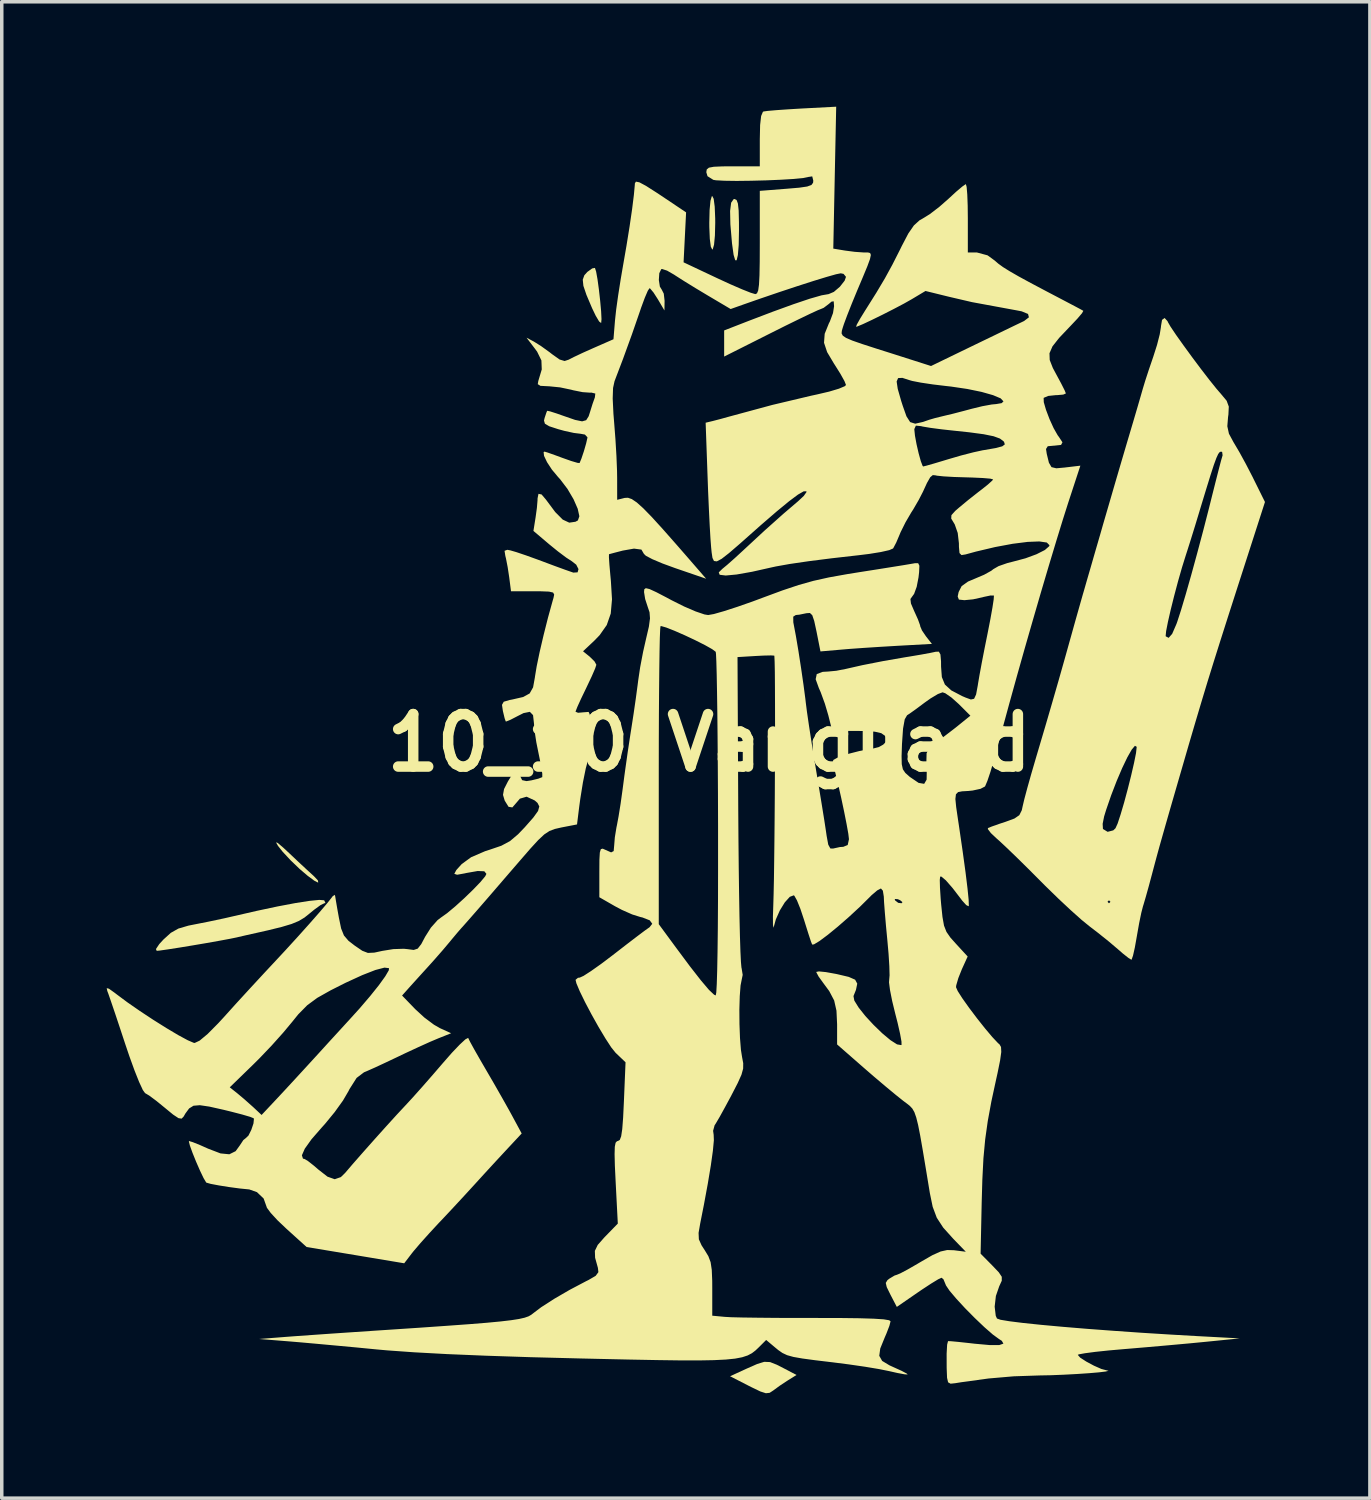
<source format=kicad_pcb>
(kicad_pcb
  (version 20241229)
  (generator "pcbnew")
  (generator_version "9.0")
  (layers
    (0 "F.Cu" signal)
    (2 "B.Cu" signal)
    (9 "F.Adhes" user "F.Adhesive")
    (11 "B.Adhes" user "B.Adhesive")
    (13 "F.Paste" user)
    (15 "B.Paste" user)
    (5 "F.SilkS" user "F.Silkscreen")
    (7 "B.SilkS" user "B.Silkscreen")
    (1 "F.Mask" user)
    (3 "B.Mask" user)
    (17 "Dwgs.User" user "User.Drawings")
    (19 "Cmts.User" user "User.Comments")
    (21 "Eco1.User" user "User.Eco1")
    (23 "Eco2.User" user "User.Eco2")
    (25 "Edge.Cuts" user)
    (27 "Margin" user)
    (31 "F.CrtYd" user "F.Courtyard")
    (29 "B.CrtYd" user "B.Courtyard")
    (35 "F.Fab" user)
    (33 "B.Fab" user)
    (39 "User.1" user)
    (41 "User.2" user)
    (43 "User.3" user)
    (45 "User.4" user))
  (footprint "10_10 Vanguard"
    (layer "F.Cu")
    (at 17.226 18.185)
    (property "Reference" "10_10 Vanguard" (at 0 0 0) (layer "F.SilkS") (effects (font (size 1.5 1.5) (thickness 0.3))))
    (attr board_only exclude_from_pos_files exclude_from_bom)
    (fp_poly (pts (xy 0.126 -15.551) (xy 0.155 -15.329) (xy 0.169 -14.993) (xy 0.17 -14.866) (xy 0.161 -14.5) (xy 0.136 -14.239) (xy 0.099 -14.11) (xy 0.085 -14.102) (xy 0.044 -14.182) (xy 0.015 -14.404) (xy 0.001 -14.74) (xy 0 -14.866) (xy 0.009 -15.233) (xy 0.034 -15.494) (xy 0.071 -15.622) (xy 0.085 -15.631)) (stroke (width 0) (type solid)) (fill yes) (layer "F.SilkS"))
    (fp_poly (pts (xy 1.738 17.702) (xy 1.93 17.778) (xy 2.118 17.874) (xy 2.494 18.071) (xy 2.245 18.226) (xy 2.016 18.377) (xy 1.826 18.516) (xy 1.726 18.581) (xy 1.618 18.593) (xy 1.459 18.542) (xy 1.206 18.42) (xy 1.125 18.379) (xy 0.594 18.107) (xy 1.072 17.888) (xy 1.369 17.757) (xy 1.571 17.695)) (stroke (width 0) (type solid)) (fill yes) (layer "F.SilkS"))
    (fp_poly (pts (xy 0.78 -15.518) (xy 0.818 -15.418) (xy 0.84 -15.217) (xy 0.848 -14.889) (xy 0.849 -14.654) (xy 0.841 -14.231) (xy 0.817 -13.943) (xy 0.782 -13.795) (xy 0.741 -13.795) (xy 0.695 -13.95) (xy 0.651 -14.267) (xy 0.649 -14.284) (xy 0.603 -14.822) (xy 0.595 -15.204) (xy 0.625 -15.44) (xy 0.695 -15.541) (xy 0.722 -15.546)) (stroke (width 0) (type solid)) (fill yes) (layer "F.SilkS"))
    (fp_poly (pts (xy -12.338 2.861) (xy -12.18 2.995) (xy -12.012 3.151) (xy -11.746 3.402) (xy -11.5 3.631) (xy -11.323 3.793) (xy -11.304 3.81) (xy -11.189 3.932) (xy -11.179 3.991) (xy -11.188 3.993) (xy -11.294 3.939) (xy -11.482 3.8) (xy -11.712 3.604) (xy -11.713 3.603) (xy -11.969 3.357) (xy -12.198 3.111) (xy -12.33 2.945) (xy -12.386 2.845)) (stroke (width 0) (type solid)) (fill yes) (layer "F.SilkS"))
    (fp_poly (pts (xy -3.235 -13.472) (xy -3.195 -13.248) (xy -3.155 -12.954) (xy -3.119 -12.634) (xy -3.092 -12.338) (xy -3.081 -12.111) (xy -3.091 -12.002) (xy -3.092 -12) (xy -3.149 -12.045) (xy -3.247 -12.21) (xy -3.352 -12.429) (xy -3.512 -12.806) (xy -3.599 -13.064) (xy -3.617 -13.24) (xy -3.572 -13.366) (xy -3.487 -13.461) (xy -3.347 -13.562) (xy -3.269 -13.576)) (stroke (width 0) (type solid)) (fill yes) (layer "F.SilkS"))
    (fp_poly (pts (xy -11.012 4.501) (xy -11.006 4.506) (xy -10.973 4.579) (xy -11.006 4.587) (xy -11.113 4.639) (xy -11.295 4.771) (xy -11.417 4.871) (xy -11.572 4.995) (xy -11.735 5.093) (xy -11.94 5.178) (xy -12.22 5.262) (xy -12.609 5.358) (xy -12.955 5.436) (xy -13.232 5.498) (xy -13.475 5.554) (xy -13.507 5.562) (xy -13.702 5.602) (xy -14.004 5.658) (xy -14.374 5.724) (xy -14.769 5.791) (xy -15.151 5.854) (xy -15.478 5.905) (xy -15.709 5.938) (xy -15.797 5.946) (xy -15.818 5.895) (xy -15.723 5.753) (xy -15.603 5.622) (xy -15.392 5.431) (xy -15.177 5.31) (xy -14.891 5.226) (xy -14.715 5.191) (xy -14.305 5.11) (xy -13.858 5.015) (xy -13.592 4.954) (xy -12.934 4.803) (xy -12.341 4.677) (xy -11.834 4.581) (xy -11.43 4.518) (xy -11.15 4.49)) (stroke (width 0) (type solid)) (fill yes) (layer "F.SilkS"))
    (fp_poly (pts (xy 13.1 -12.053) (xy 13.111 -12.026) (xy 13.186 -11.896) (xy 13.341 -11.665) (xy 13.555 -11.364) (xy 13.801 -11.027) (xy 14.057 -10.685) (xy 14.299 -10.371) (xy 14.503 -10.117) (xy 14.633 -9.967) (xy 14.79 -9.778) (xy 14.851 -9.612) (xy 14.84 -9.384) (xy 14.83 -9.314) (xy 14.809 -9.05) (xy 14.855 -8.837) (xy 14.988 -8.59) (xy 15.004 -8.564) (xy 15.155 -8.308) (xy 15.342 -7.966) (xy 15.529 -7.604) (xy 15.56 -7.541) (xy 15.885 -6.885) (xy 15.111 -4.483) (xy 14.842 -3.647) (xy 14.615 -2.935) (xy 14.418 -2.31) (xy 14.24 -1.736) (xy 14.07 -1.174) (xy 13.895 -0.587) (xy 13.705 0.06) (xy 13.55 0.595) (xy 13.345 1.301) (xy 13.181 1.868) (xy 13.051 2.321) (xy 12.948 2.684) (xy 12.864 2.981) (xy 12.794 3.236) (xy 12.73 3.474) (xy 12.665 3.719) (xy 12.66 3.738) (xy 12.565 4.093) (xy 12.477 4.408) (xy 12.412 4.629) (xy 12.398 4.672) (xy 12.35 4.858) (xy 12.289 5.153) (xy 12.228 5.497) (xy 12.22 5.543) (xy 12.165 5.852) (xy 12.113 6.083) (xy 12.073 6.196) (xy 12.067 6.201) (xy 11.982 6.149) (xy 11.814 6.016) (xy 11.68 5.899) (xy 11.422 5.68) (xy 11.106 5.427) (xy 10.874 5.249) (xy 10.644 5.062) (xy 10.333 4.784) (xy 10.077 4.545) (xy 11.383 4.545) (xy 11.426 4.587) (xy 11.468 4.545) (xy 11.426 4.502) (xy 11.383 4.545) (xy 10.077 4.545) (xy 9.975 4.449) (xy 9.605 4.089) (xy 9.472 3.955) (xy 9.122 3.604) (xy 8.787 3.274) (xy 8.497 2.995) (xy 8.283 2.795) (xy 8.221 2.741) (xy 8.05 2.58) (xy 7.964 2.467) (xy 7.966 2.436) (xy 8.076 2.392) (xy 8.292 2.316) (xy 8.294 2.315) (xy 11.245 2.315) (xy 11.253 2.458) (xy 11.257 2.465) (xy 11.387 2.544) (xy 11.549 2.502) (xy 11.612 2.442) (xy 11.673 2.307) (xy 11.758 2.048) (xy 11.859 1.706) (xy 11.963 1.319) (xy 12.061 0.928) (xy 12.143 0.572) (xy 12.199 0.292) (xy 12.217 0.127) (xy 12.215 0.111) (xy 12.168 0.085) (xy 12.076 0.194) (xy 11.95 0.415) (xy 11.803 0.722) (xy 11.646 1.09) (xy 11.49 1.495) (xy 11.346 1.912) (xy 11.287 2.104) (xy 11.245 2.315) (xy 8.294 2.315) (xy 8.465 2.259) (xy 8.723 2.164) (xy 8.863 2.068) (xy 8.933 1.928) (xy 8.961 1.801) (xy 9.005 1.614) (xy 9.089 1.299) (xy 9.203 0.893) (xy 9.338 0.431) (xy 9.428 0.127) (xy 9.603 -0.464) (xy 9.797 -1.129) (xy 9.989 -1.795) (xy 10.157 -2.388) (xy 10.19 -2.506) (xy 10.328 -3) (xy 10.344 -3.056) (xy 13.046 -3.056) (xy 13.049 -3.044) (xy 13.132 -3.001) (xy 13.233 -3.117) (xy 13.355 -3.398) (xy 13.378 -3.462) (xy 13.483 -3.786) (xy 13.619 -4.242) (xy 13.777 -4.797) (xy 13.947 -5.418) (xy 14.121 -6.072) (xy 14.289 -6.725) (xy 14.365 -7.031) (xy 14.469 -7.444) (xy 14.56 -7.801) (xy 14.63 -8.068) (xy 14.671 -8.21) (xy 14.674 -8.219) (xy 14.661 -8.315) (xy 14.627 -8.325) (xy 14.59 -8.311) (xy 14.548 -8.256) (xy 14.495 -8.14) (xy 14.423 -7.943) (xy 14.326 -7.644) (xy 14.196 -7.223) (xy 14.025 -6.661) (xy 14.015 -6.626) (xy 13.89 -6.214) (xy 13.768 -5.82) (xy 13.666 -5.498) (xy 13.619 -5.352) (xy 13.512 -5.009) (xy 13.399 -4.613) (xy 13.289 -4.199) (xy 13.19 -3.802) (xy 13.111 -3.456) (xy 13.06 -3.196) (xy 13.046 -3.056) (xy 10.344 -3.056) (xy 10.464 -3.486) (xy 10.586 -3.917) (xy 10.68 -4.248) (xy 10.705 -4.332) (xy 10.784 -4.608) (xy 10.899 -5.004) (xy 11.035 -5.476) (xy 11.182 -5.981) (xy 11.257 -6.244) (xy 11.425 -6.82) (xy 11.609 -7.453) (xy 11.792 -8.077) (xy 11.953 -8.623) (xy 11.991 -8.75) (xy 12.121 -9.188) (xy 12.239 -9.589) (xy 12.333 -9.913) (xy 12.393 -10.122) (xy 12.402 -10.152) (xy 12.464 -10.356) (xy 12.563 -10.659) (xy 12.679 -10.999) (xy 12.692 -11.037) (xy 12.799 -11.373) (xy 12.877 -11.677) (xy 12.912 -11.89) (xy 12.912 -11.908) (xy 12.943 -12.091) (xy 13.016 -12.145)) (stroke (width 0) (type solid)) (fill yes) (layer "F.SilkS"))
    (fp_poly (pts (xy 3.586 -16.156) (xy 3.545 -14.128) (xy 3.875 -14.073) (xy 4.158 -14.036) (xy 4.412 -14.018) (xy 4.436 -14.018) (xy 4.536 -14.018) (xy 4.598 -14.002) (xy 4.619 -13.947) (xy 4.594 -13.829) (xy 4.518 -13.622) (xy 4.386 -13.303) (xy 4.226 -12.925) (xy 4.075 -12.558) (xy 3.943 -12.224) (xy 3.849 -11.971) (xy 3.819 -11.88) (xy 3.79 -11.782) (xy 3.782 -11.705) (xy 3.816 -11.64) (xy 3.911 -11.575) (xy 4.089 -11.499) (xy 4.37 -11.401) (xy 4.775 -11.27) (xy 5.23 -11.126) (xy 6.339 -10.772) (xy 7.608 -11.387) (xy 8.041 -11.596) (xy 8.425 -11.782) (xy 8.733 -11.931) (xy 8.936 -12.028) (xy 9 -12.059) (xy 9.137 -12.164) (xy 9.112 -12.26) (xy 8.93 -12.335) (xy 8.818 -12.357) (xy 7.511 -12.598) (xy 6.85 -12.752) (xy 6.181 -12.917) (xy 5.788 -12.682) (xy 5.565 -12.556) (xy 5.275 -12.403) (xy 4.957 -12.241) (xy 4.651 -12.091) (xy 4.396 -11.971) (xy 4.231 -11.902) (xy 4.196 -11.893) (xy 4.218 -11.958) (xy 4.314 -12.129) (xy 4.462 -12.369) (xy 4.47 -12.381) (xy 4.776 -12.868) (xy 5.019 -13.276) (xy 5.234 -13.669) (xy 5.456 -14.107) (xy 5.502 -14.201) (xy 5.689 -14.559) (xy 5.85 -14.792) (xy 6.01 -14.937) (xy 6.102 -14.989) (xy 6.31 -15.118) (xy 6.577 -15.323) (xy 6.833 -15.548) (xy 7.058 -15.755) (xy 7.236 -15.905) (xy 7.331 -15.97) (xy 7.335 -15.971) (xy 7.357 -15.891) (xy 7.375 -15.676) (xy 7.387 -15.357) (xy 7.391 -14.994) (xy 7.391 -14.017) (xy 7.653 -14.017) (xy 7.954 -13.936) (xy 8.159 -13.787) (xy 8.263 -13.697) (xy 8.398 -13.599) (xy 8.584 -13.483) (xy 8.841 -13.335) (xy 9.19 -13.145) (xy 9.651 -12.901) (xy 10.194 -12.616) (xy 10.443 -12.485) (xy 10.625 -12.388) (xy 10.693 -12.349) (xy 10.655 -12.281) (xy 10.523 -12.126) (xy 10.325 -11.916) (xy 10.302 -11.892) (xy 9.999 -11.573) (xy 9.811 -11.334) (xy 9.725 -11.136) (xy 9.732 -10.943) (xy 9.821 -10.716) (xy 9.92 -10.531) (xy 10.059 -10.273) (xy 10.158 -10.077) (xy 10.194 -9.988) (xy 10.119 -9.955) (xy 9.936 -9.939) (xy 9.902 -9.939) (xy 9.691 -9.917) (xy 9.564 -9.864) (xy 9.558 -9.857) (xy 9.562 -9.738) (xy 9.625 -9.521) (xy 9.725 -9.257) (xy 9.843 -8.997) (xy 9.959 -8.793) (xy 9.996 -8.743) (xy 10.096 -8.591) (xy 10.056 -8.516) (xy 9.861 -8.495) (xy 9.853 -8.495) (xy 9.676 -8.479) (xy 9.626 -8.4) (xy 9.647 -8.261) (xy 9.709 -8.007) (xy 9.783 -7.881) (xy 9.92 -7.848) (xy 10.171 -7.871) (xy 10.184 -7.873) (xy 10.608 -7.923) (xy 10.263 -6.871) (xy 10.109 -6.387) (xy 9.92 -5.772) (xy 9.705 -5.059) (xy 9.475 -4.282) (xy 9.24 -3.473) (xy 9.008 -2.666) (xy 8.79 -1.893) (xy 8.595 -1.189) (xy 8.583 -1.147) (xy 8.455 -0.677) (xy 8.323 -0.193) (xy 8.205 0.241) (xy 8.131 0.51) (xy 8.038 0.827) (xy 7.951 1.086) (xy 7.887 1.237) (xy 7.879 1.249) (xy 7.753 1.315) (xy 7.525 1.364) (xy 7.405 1.376) (xy 7.228 1.386) (xy 7.113 1.408) (xy 7.051 1.471) (xy 7.035 1.605) (xy 7.058 1.838) (xy 7.111 2.2) (xy 7.138 2.379) (xy 7.243 3.101) (xy 7.325 3.699) (xy 7.382 4.164) (xy 7.414 4.484) (xy 7.419 4.651) (xy 7.414 4.672) (xy 7.346 4.639) (xy 7.225 4.505) (xy 7.193 4.461) (xy 6.954 4.15) (xy 6.763 3.931) (xy 6.637 3.825) (xy 6.6 3.823) (xy 6.589 3.921) (xy 6.595 4.147) (xy 6.615 4.46) (xy 6.628 4.613) (xy 6.666 4.978) (xy 6.71 5.225) (xy 6.78 5.404) (xy 6.893 5.567) (xy 7.042 5.734) (xy 7.386 6.108) (xy 7.22 6.473) (xy 7.12 6.724) (xy 7.06 6.929) (xy 7.053 6.985) (xy 7.103 7.098) (xy 7.236 7.306) (xy 7.428 7.576) (xy 7.652 7.873) (xy 7.882 8.163) (xy 8.092 8.412) (xy 8.255 8.585) (xy 8.298 8.622) (xy 8.34 8.695) (xy 8.347 8.837) (xy 8.314 9.076) (xy 8.24 9.442) (xy 8.205 9.599) (xy 8.064 10.251) (xy 7.961 10.812) (xy 7.887 11.337) (xy 7.837 11.876) (xy 7.806 12.485) (xy 7.787 13.142) (xy 7.756 14.603) (xy 8.089 14.94) (xy 8.276 15.136) (xy 8.361 15.264) (xy 8.361 15.377) (xy 8.293 15.526) (xy 8.289 15.534) (xy 8.193 15.812) (xy 8.158 16.118) (xy 8.189 16.378) (xy 8.224 16.457) (xy 8.326 16.493) (xy 8.58 16.535) (xy 8.971 16.584) (xy 9.48 16.637) (xy 10.092 16.693) (xy 10.789 16.751) (xy 11.554 16.808) (xy 12.371 16.865) (xy 13.223 16.918) (xy 13.974 16.961) (xy 15.164 17.025) (xy 14.187 17.123) (xy 13.731 17.167) (xy 13.171 17.218) (xy 12.57 17.271) (xy 11.993 17.32) (xy 11.872 17.33) (xy 11.417 17.37) (xy 11.029 17.411) (xy 10.735 17.45) (xy 10.565 17.481) (xy 10.534 17.496) (xy 10.603 17.575) (xy 10.776 17.687) (xy 10.996 17.805) (xy 11.209 17.899) (xy 11.352 17.937) (xy 11.413 17.952) (xy 11.331 17.972) (xy 11.135 17.996) (xy 10.853 18.02) (xy 10.512 18.043) (xy 10.139 18.063) (xy 9.764 18.078) (xy 9.446 18.084) (xy 8.704 18.109) (xy 7.985 18.171) (xy 7.205 18.278) (xy 7.03 18.306) (xy 6.898 18.32) (xy 6.827 18.281) (xy 6.797 18.152) (xy 6.787 17.894) (xy 6.786 17.859) (xy 6.785 17.464) (xy 6.799 17.205) (xy 6.825 17.103) (xy 6.909 17.106) (xy 7.123 17.126) (xy 7.429 17.159) (xy 7.586 17.177) (xy 8.017 17.216) (xy 8.292 17.215) (xy 8.408 17.175) (xy 8.363 17.095) (xy 8.283 17.044) (xy 8.107 16.916) (xy 7.865 16.705) (xy 7.59 16.443) (xy 7.311 16.161) (xy 7.061 15.89) (xy 6.868 15.662) (xy 6.765 15.509) (xy 6.757 15.487) (xy 6.694 15.336) (xy 6.64 15.291) (xy 6.543 15.336) (xy 6.344 15.457) (xy 6.079 15.631) (xy 5.966 15.708) (xy 5.361 16.125) (xy 5.179 15.776) (xy 5.073 15.56) (xy 5.045 15.439) (xy 5.093 15.36) (xy 5.148 15.317) (xy 5.297 15.228) (xy 5.365 15.206) (xy 5.463 15.165) (xy 5.669 15.056) (xy 5.942 14.899) (xy 6.05 14.835) (xy 6.377 14.647) (xy 6.612 14.541) (xy 6.801 14.499) (xy 6.991 14.505) (xy 7.001 14.506) (xy 7.333 14.548) (xy 6.973 14.176) (xy 6.687 13.858) (xy 6.503 13.576) (xy 6.386 13.263) (xy 6.305 12.87) (xy 6.192 12.183) (xy 6.102 11.644) (xy 6.03 11.231) (xy 5.97 10.926) (xy 5.916 10.709) (xy 5.863 10.558) (xy 5.804 10.455) (xy 5.733 10.379) (xy 5.646 10.31) (xy 5.548 10.237) (xy 5.335 10.067) (xy 5.038 9.821) (xy 4.698 9.533) (xy 4.42 9.292) (xy 3.654 8.622) (xy 3.654 8.048) (xy 3.636 7.659) (xy 3.57 7.365) (xy 3.429 7.097) (xy 3.249 6.853) (xy 3.123 6.678) (xy 3.06 6.559) (xy 3.058 6.549) (xy 3.134 6.534) (xy 3.334 6.554) (xy 3.617 6.605) (xy 3.66 6.614) (xy 3.986 6.691) (xy 4.169 6.771) (xy 4.23 6.884) (xy 4.193 7.062) (xy 4.122 7.24) (xy 4.146 7.368) (xy 4.269 7.567) (xy 4.461 7.809) (xy 4.696 8.063) (xy 4.944 8.303) (xy 5.177 8.498) (xy 5.367 8.62) (xy 5.486 8.641) (xy 5.496 8.634) (xy 5.494 8.539) (xy 5.454 8.316) (xy 5.383 8.003) (xy 5.317 7.745) (xy 5.228 7.379) (xy 5.166 7.066) (xy 5.138 6.848) (xy 5.143 6.775) (xy 5.154 6.645) (xy 5.147 6.384) (xy 5.125 6.031) (xy 5.09 5.64) (xy 5.05 5.22) (xy 5.018 4.843) (xy 4.996 4.551) (xy 4.992 4.464) (xy 5.302 4.464) (xy 5.31 4.503) (xy 5.401 4.574) (xy 5.498 4.586) (xy 5.522 4.554) (xy 5.455 4.499) (xy 5.39 4.47) (xy 5.302 4.464) (xy 4.992 4.464) (xy 4.989 4.396) (xy 4.962 4.227) (xy 4.907 4.163) (xy 4.8 4.219) (xy 4.638 4.357) (xy 4.6 4.396) (xy 4.308 4.685) (xy 3.992 4.977) (xy 3.677 5.252) (xy 3.389 5.488) (xy 3.152 5.665) (xy 2.993 5.761) (xy 2.941 5.767) (xy 2.905 5.676) (xy 2.835 5.463) (xy 2.742 5.167) (xy 2.709 5.061) (xy 2.605 4.748) (xy 2.507 4.505) (xy 2.432 4.372) (xy 2.416 4.359) (xy 2.302 4.402) (xy 2.159 4.56) (xy 2.017 4.791) (xy 1.902 5.05) (xy 1.854 5.224) (xy 1.833 5.287) (xy 1.821 5.197) (xy 1.819 4.971) (xy 1.83 4.63) (xy 1.839 4.324) (xy 1.848 3.902) (xy 1.855 3.385) (xy 1.862 2.794) (xy 1.868 2.152) (xy 1.873 1.478) (xy 1.876 0.795) (xy 1.879 0.123) (xy 1.88 -0.516) (xy 1.879 -1.101) (xy 1.877 -1.61) (xy 1.874 -2.023) (xy 1.868 -2.318) (xy 1.861 -2.474) (xy 1.857 -2.493) (xy 1.763 -2.499) (xy 1.549 -2.494) (xy 1.317 -2.482) (xy 0.807 -2.451) (xy 0.828 1.924) (xy 0.834 2.774) (xy 0.842 3.575) (xy 0.852 4.31) (xy 0.863 4.963) (xy 0.876 5.518) (xy 0.89 5.957) (xy 0.905 6.265) (xy 0.919 6.424) (xy 0.924 6.441) (xy 0.955 6.634) (xy 0.93 6.754) (xy 0.894 6.936) (xy 0.871 7.243) (xy 0.86 7.626) (xy 0.863 8.041) (xy 0.878 8.441) (xy 0.905 8.78) (xy 0.937 8.982) (xy 0.97 9.158) (xy 0.968 9.313) (xy 0.92 9.487) (xy 0.814 9.724) (xy 0.638 10.065) (xy 0.627 10.087) (xy 0.45 10.415) (xy 0.297 10.693) (xy 0.187 10.88) (xy 0.152 10.933) (xy 0.109 11.091) (xy 0.125 11.204) (xy 0.131 11.361) (xy 0.103 11.661) (xy 0.044 12.083) (xy -0.043 12.605) (xy -0.154 13.206) (xy -0.259 13.737) (xy -0.306 14.009) (xy -0.298 14.193) (xy -0.221 14.364) (xy -0.133 14.5) (xy -0.027 14.674) (xy 0.038 14.846) (xy 0.071 15.066) (xy 0.084 15.381) (xy 0.085 15.598) (xy 0.085 16.376) (xy 0.446 16.41) (xy 0.629 16.42) (xy 0.955 16.428) (xy 1.395 16.434) (xy 1.922 16.439) (xy 2.509 16.441) (xy 2.994 16.441) (xy 3.719 16.442) (xy 4.284 16.449) (xy 4.702 16.462) (xy 4.984 16.48) (xy 5.14 16.506) (xy 5.182 16.535) (xy 5.149 16.665) (xy 5.065 16.884) (xy 5.014 17.002) (xy 4.887 17.315) (xy 4.859 17.523) (xy 4.942 17.669) (xy 5.149 17.794) (xy 5.269 17.849) (xy 5.499 17.953) (xy 5.644 18.03) (xy 5.672 18.057) (xy 5.584 18.052) (xy 5.378 18.014) (xy 5.139 17.96) (xy 4.852 17.902) (xy 4.45 17.835) (xy 3.987 17.768) (xy 3.525 17.709) (xy 3.024 17.649) (xy 2.661 17.6) (xy 2.405 17.555) (xy 2.225 17.505) (xy 2.091 17.442) (xy 1.972 17.359) (xy 1.875 17.279) (xy 1.626 17.07) (xy 1.418 17.278) (xy 1.32 17.371) (xy 1.218 17.449) (xy 1.096 17.513) (xy 0.941 17.564) (xy 0.739 17.603) (xy 0.473 17.63) (xy 0.131 17.647) (xy -0.303 17.655) (xy -0.842 17.654) (xy -1.503 17.645) (xy -2.298 17.63) (xy -3.242 17.609) (xy -3.675 17.599) (xy -5.113 17.562) (xy -6.386 17.52) (xy -7.492 17.474) (xy -8.43 17.423) (xy -9.2 17.368) (xy -9.514 17.34) (xy -10.099 17.283) (xy -10.693 17.228) (xy -11.249 17.177) (xy -11.721 17.135) (xy -12.02 17.11) (xy -12.87 17.042) (xy -12.105 16.982) (xy -11.8 16.959) (xy -11.361 16.928) (xy -10.821 16.89) (xy -10.217 16.849) (xy -9.583 16.806) (xy -9.217 16.782) (xy -8.288 16.72) (xy -7.514 16.666) (xy -6.88 16.62) (xy -6.37 16.579) (xy -5.97 16.541) (xy -5.664 16.505) (xy -5.439 16.47) (xy -5.277 16.433) (xy -5.166 16.394) (xy -5.089 16.35) (xy -5.061 16.327) (xy -4.804 16.133) (xy -4.433 15.894) (xy -3.992 15.638) (xy -3.522 15.39) (xy -3.453 15.356) (xy -3.248 15.237) (xy -3.17 15.131) (xy -3.184 15.009) (xy -3.264 14.72) (xy -3.271 14.523) (xy -3.189 14.353) (xy -3.003 14.142) (xy -2.971 14.109) (xy -2.615 13.743) (xy -2.676 12.563) (xy -2.699 12.088) (xy -2.707 11.758) (xy -2.701 11.547) (xy -2.678 11.432) (xy -2.637 11.387) (xy -2.613 11.383) (xy -2.559 11.353) (xy -2.519 11.248) (xy -2.488 11.042) (xy -2.463 10.714) (xy -2.441 10.258) (xy -2.394 9.132) (xy -2.679 8.86) (xy -2.802 8.707) (xy -2.97 8.449) (xy -3.165 8.123) (xy -3.365 7.766) (xy -3.551 7.414) (xy -3.702 7.104) (xy -3.799 6.874) (xy -3.823 6.775) (xy -3.754 6.717) (xy -3.702 6.711) (xy -3.593 6.661) (xy -3.38 6.524) (xy -3.093 6.321) (xy -2.761 6.07) (xy -2.704 6.026) (xy -2.366 5.764) (xy -2.069 5.537) (xy -1.843 5.367) (xy -1.717 5.278) (xy -1.708 5.272) (xy -1.63 5.173) (xy -1.702 5.074) (xy -1.909 4.993) (xy -1.974 4.978) (xy -2.203 4.906) (xy -2.497 4.776) (xy -2.697 4.67) (xy -3.143 4.414) (xy -3.143 3.691) (xy -3.141 3.342) (xy -3.129 3.135) (xy -3.1 3.039) (xy -3.047 3.025) (xy -2.979 3.055) (xy -2.806 3.132) (xy -2.733 3.094) (xy -2.718 2.926) (xy -2.7 2.702) (xy -2.654 2.419) (xy -2.64 2.353) (xy -2.593 2.101) (xy -2.536 1.746) (xy -2.481 1.352) (xy -2.465 1.232) (xy -2.428 0.949) (xy -1.444 0.949) (xy -1.444 5.184) (xy -0.961 5.841) (xy -0.556 6.385) (xy -0.239 6.791) (xy -0.01 7.061) (xy 0.136 7.199) (xy 0.184 7.221) (xy 0.2 7.138) (xy 0.214 6.895) (xy 0.226 6.503) (xy 0.236 5.972) (xy 0.244 5.313) (xy 0.249 4.536) (xy 0.251 3.651) (xy 0.251 2.669) (xy 0.251 2.35) (xy 0.248 1.455) (xy 0.243 0.61) (xy 0.237 -0.169) (xy 0.23 -0.866) (xy 0.221 -1.468) (xy 0.212 -1.957) (xy 0.202 -2.32) (xy 0.192 -2.539) (xy 0.184 -2.602) (xy 0.082 -2.678) (xy -0.126 -2.795) (xy -0.402 -2.934) (xy -0.704 -3.076) (xy -0.994 -3.203) (xy -1.23 -3.296) (xy -1.372 -3.337) (xy -1.395 -3.334) (xy -1.404 -3.242) (xy -1.414 -2.996) (xy -1.422 -2.613) (xy -1.429 -2.11) (xy -1.435 -1.501) (xy -1.44 -0.805) (xy -1.443 -0.037) (xy -1.444 0.786) (xy -1.444 0.949) (xy -2.428 0.949) (xy -2.405 0.782) (xy -2.331 0.259) (xy -2.255 -0.245) (xy -2.233 -0.382) (xy -2.165 -0.822) (xy -2.1 -1.271) (xy -2.048 -1.658) (xy -2.032 -1.784) (xy -1.976 -2.161) (xy -1.892 -2.601) (xy -1.807 -2.976) (xy -1.726 -3.324) (xy -1.695 -3.559) (xy -1.708 -3.733) (xy -1.754 -3.868) (xy -1.833 -4.11) (xy -1.865 -4.31) (xy -1.858 -4.39) (xy -1.814 -4.421) (xy -1.709 -4.396) (xy -1.515 -4.307) (xy -1.208 -4.147) (xy -1.076 -4.076) (xy -0.718 -3.897) (xy -0.39 -3.756) (xy -0.137 -3.67) (xy -0.032 -3.653) (xy 0.131 -3.682) (xy 0.419 -3.764) (xy 0.799 -3.887) (xy 1.239 -4.041) (xy 1.542 -4.154) (xy 2.094 -4.358) (xy 2.552 -4.511) (xy 2.975 -4.63) (xy 3.42 -4.729) (xy 3.944 -4.823) (xy 4.299 -4.88) (xy 4.783 -4.956) (xy 5.215 -5.025) (xy 5.565 -5.081) (xy 5.801 -5.121) (xy 5.885 -5.136) (xy 5.971 -5.136) (xy 6.006 -5.063) (xy 5.998 -4.879) (xy 5.981 -4.729) (xy 5.929 -4.46) (xy 5.855 -4.258) (xy 5.811 -4.197) (xy 5.75 -4.112) (xy 5.765 -3.982) (xy 5.862 -3.756) (xy 5.863 -3.755) (xy 5.965 -3.529) (xy 6.025 -3.364) (xy 6.031 -3.329) (xy 6.08 -3.213) (xy 6.196 -3.042) (xy 6.198 -3.04) (xy 6.364 -2.828) (xy 5.37 -2.773) (xy 4.9 -2.745) (xy 4.422 -2.714) (xy 4.002 -2.684) (xy 3.777 -2.665) (xy 3.178 -2.613) (xy 3.065 -3.183) (xy 3 -3.483) (xy 2.944 -3.648) (xy 2.877 -3.712) (xy 2.782 -3.706) (xy 2.771 -3.704) (xy 2.571 -3.663) (xy 2.474 -3.654) (xy 2.4 -3.607) (xy 2.402 -3.446) (xy 2.415 -3.377) (xy 2.476 -3.054) (xy 2.549 -2.621) (xy 2.624 -2.137) (xy 2.693 -1.661) (xy 2.747 -1.252) (xy 2.759 -1.147) (xy 2.792 -0.888) (xy 2.848 -0.504) (xy 2.92 -0.035) (xy 3.003 0.478) (xy 3.057 0.807) (xy 3.142 1.316) (xy 3.221 1.799) (xy 3.288 2.215) (xy 3.336 2.529) (xy 3.355 2.661) (xy 3.401 2.911) (xy 3.461 3.02) (xy 3.539 3.022) (xy 3.735 2.979) (xy 3.83 2.973) (xy 3.957 2.921) (xy 3.993 2.755) (xy 3.974 2.596) (xy 3.924 2.317) (xy 3.853 1.959) (xy 3.77 1.568) (xy 3.684 1.187) (xy 3.604 0.86) (xy 3.541 0.63) (xy 3.523 0.575) (xy 3.546 0.49) (xy 3.698 0.405) (xy 3.776 0.38) (xy 5.497 0.38) (xy 5.502 0.611) (xy 5.534 0.757) (xy 5.604 0.86) (xy 5.721 0.964) (xy 5.734 0.975) (xy 5.984 1.145) (xy 6.143 1.172) (xy 6.211 1.056) (xy 6.213 1.041) (xy 6.216 0.862) (xy 6.209 0.606) (xy 6.206 0.542) (xy 6.212 0.299) (xy 6.289 0.143) (xy 6.471 -0.006) (xy 6.711 -0.181) (xy 6.992 -0.396) (xy 7.109 -0.489) (xy 7.464 -0.776) (xy 7.13 -1.11) (xy 6.923 -1.295) (xy 6.747 -1.417) (xy 6.669 -1.444) (xy 6.536 -1.395) (xy 6.325 -1.269) (xy 6.156 -1.149) (xy 5.923 -0.975) (xy 5.733 -0.839) (xy 5.654 -0.788) (xy 5.587 -0.672) (xy 5.539 -0.407) (xy 5.51 0.016) (xy 5.509 0.022) (xy 5.497 0.38) (xy 3.776 0.38) (xy 3.988 0.312) (xy 4.285 0.236) (xy 4.533 0.185) (xy 4.655 0.17) (xy 4.847 0.121) (xy 4.971 0.052) (xy 5.08 -0.057) (xy 5.048 -0.166) (xy 5.02 -0.203) (xy 4.916 -0.276) (xy 4.729 -0.319) (xy 4.426 -0.338) (xy 4.211 -0.34) (xy 3.515 -0.34) (xy 3.403 -0.786) (xy 3.304 -1.12) (xy 3.184 -1.449) (xy 3.132 -1.566) (xy 3.041 -1.818) (xy 3.072 -1.965) (xy 3.241 -2.029) (xy 3.398 -2.038) (xy 3.63 -2.06) (xy 3.899 -2.112) (xy 3.908 -2.114) (xy 4.38 -2.221) (xy 4.965 -2.336) (xy 5.603 -2.447) (xy 5.734 -2.468) (xy 6.054 -2.522) (xy 6.32 -2.571) (xy 6.477 -2.604) (xy 6.477 -2.604) (xy 6.563 -2.606) (xy 6.608 -2.526) (xy 6.625 -2.33) (xy 6.626 -2.178) (xy 6.648 -1.88) (xy 6.735 -1.667) (xy 6.918 -1.499) (xy 7.227 -1.337) (xy 7.324 -1.295) (xy 7.478 -1.239) (xy 7.57 -1.259) (xy 7.627 -1.382) (xy 7.675 -1.64) (xy 7.684 -1.699) (xy 7.724 -1.934) (xy 7.789 -2.286) (xy 7.871 -2.707) (xy 7.956 -3.129) (xy 8.034 -3.528) (xy 8.094 -3.863) (xy 8.13 -4.1) (xy 8.137 -4.208) (xy 8.136 -4.21) (xy 8.04 -4.212) (xy 7.849 -4.172) (xy 7.81 -4.161) (xy 7.54 -4.102) (xy 7.295 -4.078) (xy 7.292 -4.078) (xy 7.135 -4.095) (xy 7.101 -4.184) (xy 7.128 -4.311) (xy 7.214 -4.48) (xy 7.396 -4.61) (xy 7.595 -4.694) (xy 7.856 -4.805) (xy 8.06 -4.918) (xy 8.12 -4.965) (xy 8.269 -5.051) (xy 8.518 -5.138) (xy 8.686 -5.181) (xy 9.039 -5.275) (xy 9.354 -5.391) (xy 9.593 -5.512) (xy 9.716 -5.62) (xy 9.725 -5.649) (xy 9.649 -5.726) (xy 9.434 -5.757) (xy 9.101 -5.744) (xy 8.673 -5.69) (xy 8.173 -5.597) (xy 7.623 -5.467) (xy 7.327 -5.386) (xy 7.209 -5.367) (xy 7.153 -5.425) (xy 7.137 -5.6) (xy 7.136 -5.705) (xy 7.102 -5.999) (xy 7.017 -6.243) (xy 6.995 -6.28) (xy 6.916 -6.411) (xy 6.922 -6.509) (xy 7.032 -6.631) (xy 7.144 -6.728) (xy 7.4 -6.94) (xy 7.689 -7.168) (xy 7.773 -7.232) (xy 7.968 -7.387) (xy 8.091 -7.499) (xy 8.113 -7.531) (xy 8.034 -7.552) (xy 7.823 -7.57) (xy 7.519 -7.584) (xy 7.348 -7.589) (xy 6.994 -7.6) (xy 6.699 -7.617) (xy 6.508 -7.637) (xy 6.47 -7.646) (xy 6.39 -7.654) (xy 6.316 -7.592) (xy 6.223 -7.429) (xy 6.108 -7.178) (xy 5.988 -6.945) (xy 5.828 -6.669) (xy 5.773 -6.584) (xy 5.609 -6.303) (xy 5.468 -6.019) (xy 5.438 -5.946) (xy 5.344 -5.725) (xy 5.262 -5.569) (xy 5.252 -5.555) (xy 5.143 -5.508) (xy 4.903 -5.454) (xy 4.57 -5.4) (xy 4.269 -5.363) (xy 3.503 -5.276) (xy 2.841 -5.192) (xy 2.301 -5.113) (xy 1.904 -5.042) (xy 1.784 -5.016) (xy 1.222 -4.89) (xy 0.781 -4.812) (xy 0.47 -4.783) (xy 0.297 -4.804) (xy 0.271 -4.873) (xy 0.373 -4.973) (xy 0.512 -5.088) (xy 0.73 -5.281) (xy 0.981 -5.512) (xy 1.011 -5.54) (xy 1.583 -6.07) (xy 2.121 -6.55) (xy 2.538 -6.906) (xy 2.701 -7.058) (xy 2.778 -7.168) (xy 2.776 -7.191) (xy 2.698 -7.189) (xy 2.537 -7.097) (xy 2.285 -6.909) (xy 1.932 -6.619) (xy 1.469 -6.219) (xy 1.279 -6.05) (xy 0.866 -5.684) (xy 0.563 -5.423) (xy 0.352 -5.259) (xy 0.215 -5.187) (xy 0.134 -5.198) (xy 0.091 -5.286) (xy 0.067 -5.445) (xy 0.053 -5.587) (xy 0.034 -5.834) (xy 0.012 -6.211) (xy -0.011 -6.68) (xy -0.034 -7.201) (xy -0.049 -7.613) (xy -0.097 -8.953) (xy 5.862 -8.953) (xy 5.88 -8.779) (xy 5.925 -8.535) (xy 5.985 -8.275) (xy 6.047 -8.051) (xy 6.098 -7.917) (xy 6.114 -7.9) (xy 6.211 -7.924) (xy 6.428 -7.986) (xy 6.725 -8.075) (xy 6.83 -8.107) (xy 7.197 -8.214) (xy 7.55 -8.305) (xy 7.82 -8.364) (xy 7.849 -8.368) (xy 8.184 -8.426) (xy 8.375 -8.476) (xy 8.448 -8.531) (xy 8.427 -8.601) (xy 8.413 -8.619) (xy 8.309 -8.698) (xy 8.128 -8.764) (xy 7.843 -8.822) (xy 7.432 -8.877) (xy 7.008 -8.922) (xy 6.643 -8.962) (xy 6.323 -9.004) (xy 6.102 -9.041) (xy 6.053 -9.053) (xy 5.906 -9.068) (xy 5.862 -8.971) (xy 5.862 -8.953) (xy -0.097 -8.953) (xy -0.104 -9.151) (xy 0.097 -9.199) (xy 0.32 -9.257) (xy 0.583 -9.33) (xy 0.595 -9.333) (xy 1.804 -9.66) (xy 2.917 -9.924) (xy 3.079 -9.959) (xy 3.429 -10.041) (xy 3.706 -10.124) (xy 3.874 -10.195) (xy 3.908 -10.229) (xy 3.869 -10.329) (xy 5.356 -10.329) (xy 5.387 -10.119) (xy 5.485 -9.776) (xy 5.529 -9.639) (xy 5.637 -9.333) (xy 5.742 -9.169) (xy 5.886 -9.123) (xy 6.111 -9.174) (xy 6.286 -9.235) (xy 6.454 -9.284) (xy 6.69 -9.342) (xy 6.711 -9.347) (xy 6.963 -9.407) (xy 7.289 -9.492) (xy 7.501 -9.549) (xy 7.805 -9.623) (xy 8.073 -9.672) (xy 8.202 -9.684) (xy 8.359 -9.711) (xy 8.41 -9.761) (xy 8.33 -9.847) (xy 8.111 -9.939) (xy 7.783 -10.032) (xy 7.374 -10.116) (xy 6.915 -10.184) (xy 6.771 -10.2) (xy 6.388 -10.246) (xy 6.048 -10.297) (xy 5.802 -10.345) (xy 5.725 -10.367) (xy 5.52 -10.433) (xy 5.398 -10.427) (xy 5.356 -10.329) (xy 3.869 -10.329) (xy 3.863 -10.343) (xy 3.746 -10.553) (xy 3.582 -10.814) (xy 3.569 -10.833) (xy 3.369 -11.169) (xy 3.28 -11.437) (xy 3.299 -11.693) (xy 3.419 -11.991) (xy 3.448 -12.047) (xy 3.537 -12.286) (xy 3.567 -12.48) (xy 3.557 -12.621) (xy 3.495 -12.613) (xy 3.413 -12.543) (xy 3.27 -12.435) (xy 3.194 -12.403) (xy 3.101 -12.366) (xy 2.882 -12.265) (xy 2.562 -12.111) (xy 2.168 -11.918) (xy 1.777 -11.722) (xy 0.425 -11.042) (xy 0.425 -11.415) (xy 0.425 -11.789) (xy 1.126 -12.062) (xy 1.817 -12.325) (xy 2.404 -12.538) (xy 2.873 -12.696) (xy 3.212 -12.793) (xy 3.409 -12.827) (xy 3.41 -12.827) (xy 3.561 -12.891) (xy 3.734 -13.039) (xy 3.869 -13.211) (xy 3.908 -13.321) (xy 3.838 -13.406) (xy 3.758 -13.422) (xy 3.624 -13.395) (xy 3.356 -13.319) (xy 2.977 -13.203) (xy 2.514 -13.054) (xy 1.992 -12.881) (xy 1.435 -12.691) (xy 1.006 -12.541) (xy 0.611 -12.401) (xy -0.053 -12.794) (xy -0.391 -12.997) (xy -0.711 -13.194) (xy -0.956 -13.35) (xy -1.009 -13.385) (xy -1.207 -13.499) (xy -1.348 -13.545) (xy -1.373 -13.541) (xy -1.429 -13.425) (xy -1.442 -13.231) (xy -1.413 -13.043) (xy -1.359 -12.955) (xy -1.301 -12.841) (xy -1.278 -12.639) (xy -1.278 -12.631) (xy -1.282 -12.36) (xy -1.469 -12.678) (xy -1.594 -12.872) (xy -1.688 -12.985) (xy -1.709 -12.996) (xy -1.758 -12.922) (xy -1.843 -12.724) (xy -1.948 -12.44) (xy -1.982 -12.339) (xy -2.213 -11.672) (xy -2.469 -10.967) (xy -2.709 -10.337) (xy -2.751 -10.144) (xy -2.761 -9.841) (xy -2.74 -9.406) (xy -2.719 -9.148) (xy -2.683 -8.681) (xy -2.654 -8.199) (xy -2.637 -7.773) (xy -2.634 -7.573) (xy -2.633 -6.947) (xy -2.42 -7.001) (xy -2.325 -7.006) (xy -2.215 -6.968) (xy -2.073 -6.872) (xy -1.888 -6.706) (xy -1.644 -6.456) (xy -1.328 -6.109) (xy -0.925 -5.652) (xy -0.653 -5.34) (xy -0.09 -4.691) (xy -0.979 -4.996) (xy -1.337 -5.127) (xy -1.626 -5.249) (xy -1.814 -5.348) (xy -1.869 -5.402) (xy -1.94 -5.524) (xy -2.152 -5.552) (xy -2.471 -5.496) (xy -2.699 -5.437) (xy -2.844 -5.398) (xy -2.867 -5.391) (xy -2.869 -5.307) (xy -2.855 -5.094) (xy -2.828 -4.789) (xy -2.813 -4.629) (xy -2.781 -4.102) (xy -2.817 -3.695) (xy -2.931 -3.367) (xy -3.135 -3.077) (xy -3.288 -2.919) (xy -3.609 -2.617) (xy -3.418 -2.463) (xy -3.28 -2.327) (xy -3.228 -2.232) (xy -3.263 -2.125) (xy -3.357 -1.908) (xy -3.491 -1.624) (xy -3.525 -1.552) (xy -3.665 -1.262) (xy -3.77 -1.031) (xy -3.821 -0.901) (xy -3.823 -0.889) (xy -3.752 -0.859) (xy -3.603 -0.872) (xy -3.449 -0.884) (xy -3.416 -0.811) (xy -3.433 -0.733) (xy -3.527 -0.328) (xy -3.544 -0.06) (xy -3.486 0.087) (xy -3.44 0.116) (xy -3.345 0.195) (xy -3.379 0.277) (xy -3.451 0.437) (xy -3.531 0.732) (xy -3.612 1.13) (xy -3.687 1.597) (xy -3.718 1.825) (xy -3.781 2.333) (xy -4.226 2.419) (xy -4.414 2.462) (xy -4.568 2.52) (xy -4.717 2.618) (xy -4.889 2.779) (xy -5.115 3.025) (xy -5.402 3.356) (xy -5.869 3.897) (xy -6.278 4.372) (xy -6.619 4.765) (xy -6.879 5.062) (xy -7.046 5.251) (xy -7.091 5.3) (xy -7.197 5.422) (xy -7.358 5.614) (xy -7.422 5.692) (xy -7.62 5.927) (xy -7.866 6.208) (xy -8.016 6.375) (xy -8.246 6.628) (xy -8.464 6.869) (xy -8.575 6.992) (xy -8.782 7.224) (xy -8.405 7.614) (xy -8.146 7.852) (xy -7.872 8.057) (xy -7.704 8.154) (xy -7.38 8.302) (xy -7.746 8.448) (xy -7.987 8.55) (xy -8.323 8.702) (xy -8.7 8.877) (xy -8.877 8.962) (xy -9.231 9.13) (xy -9.551 9.279) (xy -9.79 9.385) (xy -9.871 9.419) (xy -10.082 9.579) (xy -10.286 9.9) (xy -10.314 9.957) (xy -10.472 10.227) (xy -10.71 10.558) (xy -10.984 10.892) (xy -11.082 11.001) (xy -11.372 11.334) (xy -11.563 11.602) (xy -11.646 11.791) (xy -11.615 11.887) (xy -11.574 11.895) (xy -11.48 11.949) (xy -11.308 12.084) (xy -11.183 12.192) (xy -10.914 12.402) (xy -10.708 12.475) (xy -10.532 12.414) (xy -10.411 12.296) (xy -10.193 12.041) (xy -9.899 11.706) (xy -9.567 11.332) (xy -9.232 10.959) (xy -8.932 10.629) (xy -8.702 10.382) (xy -8.685 10.364) (xy -8.482 10.144) (xy -8.208 9.837) (xy -7.899 9.484) (xy -7.621 9.161) (xy -7.358 8.861) (xy -7.134 8.626) (xy -6.973 8.477) (xy -6.894 8.435) (xy -6.891 8.439) (xy -6.837 8.549) (xy -6.715 8.771) (xy -6.545 9.069) (xy -6.385 9.344) (xy -6.154 9.741) (xy -5.923 10.146) (xy -5.724 10.5) (xy -5.637 10.659) (xy -5.363 11.167) (xy -5.803 11.639) (xy -6.096 11.955) (xy -6.427 12.315) (xy -6.703 12.618) (xy -6.984 12.925) (xy -7.32 13.288) (xy -7.649 13.639) (xy -7.726 13.719) (xy -8 14.015) (xy -8.255 14.299) (xy -8.45 14.527) (xy -8.505 14.596) (xy -8.721 14.878) (xy -10.116 14.645) (xy -11.511 14.413) (xy -12.083 13.896) (xy -12.338 13.654) (xy -12.535 13.441) (xy -12.646 13.291) (xy -12.659 13.252) (xy -12.74 13.026) (xy -12.931 12.844) (xy -13.15 12.767) (xy -13.419 12.74) (xy -13.725 12.699) (xy -14.019 12.652) (xy -14.252 12.608) (xy -14.375 12.573) (xy -14.382 12.568) (xy -14.456 12.444) (xy -14.558 12.231) (xy -14.67 11.975) (xy -14.773 11.72) (xy -14.848 11.512) (xy -14.877 11.394) (xy -14.872 11.383) (xy -14.763 11.416) (xy -14.55 11.502) (xy -14.325 11.602) (xy -13.972 11.737) (xy -13.72 11.762) (xy -13.54 11.673) (xy -13.421 11.509) (xy -13.32 11.356) (xy -13.248 11.298) (xy -13.174 11.228) (xy -13.092 11.064) (xy -13.03 10.88) (xy -13.017 10.749) (xy -13.026 10.732) (xy -13.125 10.692) (xy -13.353 10.625) (xy -13.669 10.543) (xy -13.89 10.489) (xy -14.291 10.399) (xy -14.563 10.359) (xy -14.745 10.374) (xy -14.87 10.452) (xy -14.977 10.597) (xy -15.026 10.683) (xy -15.084 10.743) (xy -15.174 10.729) (xy -15.328 10.627) (xy -15.559 10.437) (xy -15.803 10.238) (xy -16.007 10.086) (xy -16.129 10.013) (xy -16.13 10.012) (xy -16.194 9.923) (xy -16.228 9.848) (xy -13.708 9.848) (xy -13.501 10.012) (xy -13.296 10.184) (xy -13.069 10.386) (xy -13.046 10.406) (xy -12.798 10.638) (xy -12.367 10.179) (xy -12.137 9.932) (xy -11.834 9.604) (xy -11.496 9.236) (xy -11.171 8.881) (xy -10.881 8.562) (xy -10.627 8.285) (xy -10.435 8.075) (xy -10.329 7.959) (xy -10.32 7.95) (xy -9.993 7.589) (xy -9.695 7.24) (xy -9.445 6.928) (xy -9.262 6.674) (xy -9.162 6.503) (xy -9.155 6.442) (xy -9.285 6.426) (xy -9.545 6.494) (xy -9.921 6.641) (xy -10.4 6.861) (xy -10.822 7.074) (xy -11.206 7.29) (xy -11.494 7.502) (xy -11.75 7.762) (xy -11.926 7.98) (xy -12.183 8.288) (xy -12.511 8.654) (xy -12.859 9.019) (xy -13.034 9.193) (xy -13.708 9.848) (xy -16.228 9.848) (xy -16.298 9.698) (xy -16.43 9.367) (xy -16.579 8.956) (xy -16.693 8.619) (xy -16.846 8.156) (xy -16.985 7.739) (xy -17.1 7.401) (xy -17.179 7.172) (xy -17.209 7.094) (xy -17.226 7.013) (xy -17.161 7.029) (xy -16.992 7.15) (xy -16.943 7.188) (xy -16.637 7.416) (xy -16.278 7.665) (xy -15.895 7.918) (xy -15.519 8.154) (xy -15.181 8.355) (xy -14.911 8.501) (xy -14.74 8.575) (xy -14.711 8.58) (xy -14.569 8.513) (xy -14.34 8.322) (xy -14.037 8.016) (xy -13.874 7.839) (xy -13.525 7.452) (xy -13.118 7.008) (xy -12.715 6.572) (xy -12.488 6.329) (xy -12.125 5.939) (xy -11.765 5.545) (xy -11.43 5.171) (xy -11.14 4.841) (xy -10.918 4.58) (xy -10.785 4.412) (xy -10.769 4.388) (xy -10.708 4.346) (xy -10.696 4.375) (xy -10.676 4.498) (xy -10.636 4.734) (xy -10.588 5) (xy -10.524 5.308) (xy -10.444 5.507) (xy -10.315 5.658) (xy -10.137 5.796) (xy -9.92 5.944) (xy -9.759 6.006) (xy -9.574 5.997) (xy -9.349 5.948) (xy -9.034 5.897) (xy -8.733 5.887) (xy -8.623 5.898) (xy -8.45 5.921) (xy -8.335 5.883) (xy -8.234 5.754) (xy -8.124 5.546) (xy -7.958 5.283) (xy -7.767 5.068) (xy -7.675 4.998) (xy -7.494 4.869) (xy -7.258 4.672) (xy -6.999 4.437) (xy -6.748 4.194) (xy -6.539 3.976) (xy -6.404 3.813) (xy -6.371 3.746) (xy -6.431 3.672) (xy -6.62 3.664) (xy -6.95 3.722) (xy -6.987 3.731) (xy -7.209 3.771) (xy -7.289 3.745) (xy -7.231 3.636) (xy -7.076 3.465) (xy -6.808 3.27) (xy -6.41 3.098) (xy -6.276 3.055) (xy -5.945 2.942) (xy -5.697 2.809) (xy -5.465 2.613) (xy -5.274 2.413) (xy -5.03 2.136) (xy -4.895 1.948) (xy -4.859 1.819) (xy -4.91 1.718) (xy -4.991 1.647) (xy -5.222 1.54) (xy -5.414 1.596) (xy -5.502 1.699) (xy -5.629 1.846) (xy -5.738 1.829) (xy -5.848 1.652) (xy -5.897 1.488) (xy -5.867 1.321) (xy -5.755 1.101) (xy -5.61 0.867) (xy -5.514 0.78) (xy -5.448 0.832) (xy -5.409 0.946) (xy -5.35 1.067) (xy -5.225 1.094) (xy -5.087 1.073) (xy -4.888 1.025) (xy -4.777 0.982) (xy -4.774 0.98) (xy -4.774 0.885) (xy -4.806 0.669) (xy -4.865 0.376) (xy -4.874 0.333) (xy -4.944 -0.013) (xy -4.993 -0.334) (xy -5.012 -0.558) (xy -5.038 -0.792) (xy -5.129 -0.886) (xy -5.31 -0.85) (xy -5.484 -0.762) (xy -5.681 -0.66) (xy -5.803 -0.611) (xy -5.819 -0.612) (xy -5.851 -0.704) (xy -5.896 -0.892) (xy -5.9 -0.908) (xy -5.926 -1.086) (xy -5.876 -1.175) (xy -5.709 -1.224) (xy -5.634 -1.238) (xy -5.32 -1.31) (xy -5.135 -1.412) (xy -5.037 -1.586) (xy -4.985 -1.873) (xy -4.983 -1.893) (xy -4.934 -2.188) (xy -4.849 -2.598) (xy -4.737 -3.078) (xy -4.61 -3.581) (xy -4.478 -4.059) (xy -4.454 -4.141) (xy -4.434 -4.239) (xy -4.465 -4.296) (xy -4.582 -4.323) (xy -4.816 -4.332) (xy -5.033 -4.332) (xy -5.668 -4.332) (xy -5.72 -4.736) (xy -5.764 -5.025) (xy -5.813 -5.276) (xy -5.83 -5.343) (xy -5.853 -5.489) (xy -5.774 -5.518) (xy -5.684 -5.501) (xy -5.513 -5.451) (xy -5.235 -5.357) (xy -4.897 -5.235) (xy -4.757 -5.183) (xy -4.418 -5.056) (xy -4.127 -4.95) (xy -3.93 -4.881) (xy -3.886 -4.866) (xy -3.764 -4.874) (xy -3.739 -4.966) (xy -3.804 -5.093) (xy -3.929 -5.191) (xy -4.091 -5.296) (xy -4.328 -5.474) (xy -4.574 -5.674) (xy -5.027 -6.058) (xy -4.965 -6.448) (xy -4.928 -6.717) (xy -4.91 -6.933) (xy -4.909 -6.987) (xy -4.883 -7.118) (xy -4.794 -7.1) (xy -4.67 -6.954) (xy -4.404 -6.597) (xy -4.189 -6.381) (xy -4.003 -6.294) (xy -3.825 -6.32) (xy -3.756 -6.358) (xy -3.714 -6.477) (xy -3.761 -6.691) (xy -3.88 -6.963) (xy -4.053 -7.257) (xy -4.263 -7.534) (xy -4.326 -7.603) (xy -4.498 -7.809) (xy -4.638 -8.023) (xy -4.724 -8.204) (xy -4.736 -8.311) (xy -4.71 -8.325) (xy -4.62 -8.298) (xy -4.419 -8.227) (xy -4.202 -8.147) (xy -3.948 -8.057) (xy -3.768 -8.004) (xy -3.708 -7.998) (xy -3.655 -8.126) (xy -3.584 -8.338) (xy -3.52 -8.56) (xy -3.485 -8.715) (xy -3.483 -8.735) (xy -3.555 -8.812) (xy -3.68 -8.835) (xy -3.873 -8.859) (xy -4.15 -8.92) (xy -4.321 -8.967) (xy -4.576 -9.05) (xy -4.699 -9.123) (xy -4.725 -9.213) (xy -4.708 -9.285) (xy -4.657 -9.439) (xy -4.635 -9.492) (xy -4.554 -9.476) (xy -4.36 -9.414) (xy -4.158 -9.343) (xy -3.837 -9.232) (xy -3.636 -9.19) (xy -3.519 -9.223) (xy -3.448 -9.336) (xy -3.411 -9.451) (xy -3.337 -9.689) (xy -3.271 -9.875) (xy -3.271 -9.875) (xy -3.258 -9.985) (xy -3.371 -10.012) (xy -3.41 -10.01) (xy -3.622 -10.025) (xy -3.891 -10.079) (xy -3.95 -10.095) (xy -4.265 -10.161) (xy -4.584 -10.193) (xy -4.618 -10.194) (xy -4.827 -10.205) (xy -4.903 -10.253) (xy -4.888 -10.343) (xy -4.789 -10.674) (xy -4.799 -10.932) (xy -4.922 -11.183) (xy -4.981 -11.263) (xy -5.224 -11.582) (xy -5.012 -11.469) (xy -4.812 -11.344) (xy -4.568 -11.168) (xy -4.491 -11.108) (xy -4.28 -10.958) (xy -4.136 -10.915) (xy -4.023 -10.952) (xy -3.868 -11.031) (xy -3.612 -11.152) (xy -3.309 -11.287) (xy -3.302 -11.29) (xy -2.739 -11.537) (xy -2.695 -12.076) (xy -2.662 -12.383) (xy -2.604 -12.797) (xy -2.531 -13.261) (xy -2.467 -13.634) (xy -2.368 -14.205) (xy -2.279 -14.757) (xy -2.206 -15.257) (xy -2.155 -15.667) (xy -2.129 -15.953) (xy -2.127 -15.993) (xy -2.097 -16.043) (xy -1.998 -16.023) (xy -1.808 -15.921) (xy -1.509 -15.73) (xy -1.394 -15.654) (xy -0.663 -15.164) (xy -0.699 -14.45) (xy -0.735 -13.736) (xy 0.228 -13.282) (xy 0.606 -13.108) (xy 0.936 -12.965) (xy 1.183 -12.867) (xy 1.314 -12.828) (xy 1.318 -12.827) (xy 1.364 -12.85) (xy 1.398 -12.932) (xy 1.421 -13.096) (xy 1.435 -13.363) (xy 1.442 -13.756) (xy 1.444 -14.297) (xy 1.444 -14.303) (xy 1.444 -15.779) (xy 2.209 -15.839) (xy 2.573 -15.87) (xy 2.799 -15.903) (xy 2.92 -15.947) (xy 2.967 -16.011) (xy 2.973 -16.071) (xy 2.943 -16.193) (xy 2.829 -16.176) (xy 2.825 -16.174) (xy 2.682 -16.145) (xy 2.409 -16.119) (xy 2.044 -16.097) (xy 1.625 -16.079) (xy 1.191 -16.068) (xy 0.782 -16.063) (xy 0.436 -16.068) (xy 0.192 -16.081) (xy 0.117 -16.093) (xy -0.051 -16.198) (xy -0.085 -16.312) (xy -0.072 -16.392) (xy -0.011 -16.442) (xy 0.13 -16.468) (xy 0.384 -16.479) (xy 0.68 -16.48) (xy 1.444 -16.48) (xy 1.444 -17.247) (xy 1.453 -17.66) (xy 1.482 -17.918) (xy 1.532 -18.037) (xy 1.55 -18.048) (xy 1.674 -18.065) (xy 1.928 -18.087) (xy 2.276 -18.111) (xy 2.642 -18.133) (xy 3.628 -18.185)) (stroke (width 0) (type solid)) (fill yes) (layer "F.SilkS")))
  (gr_rect
    (start -3 -3)
    (end 36.111 39.777)
    (stroke (width 0.1) (type default))
    (fill no)
    (layer "Edge.Cuts")))
</source>
